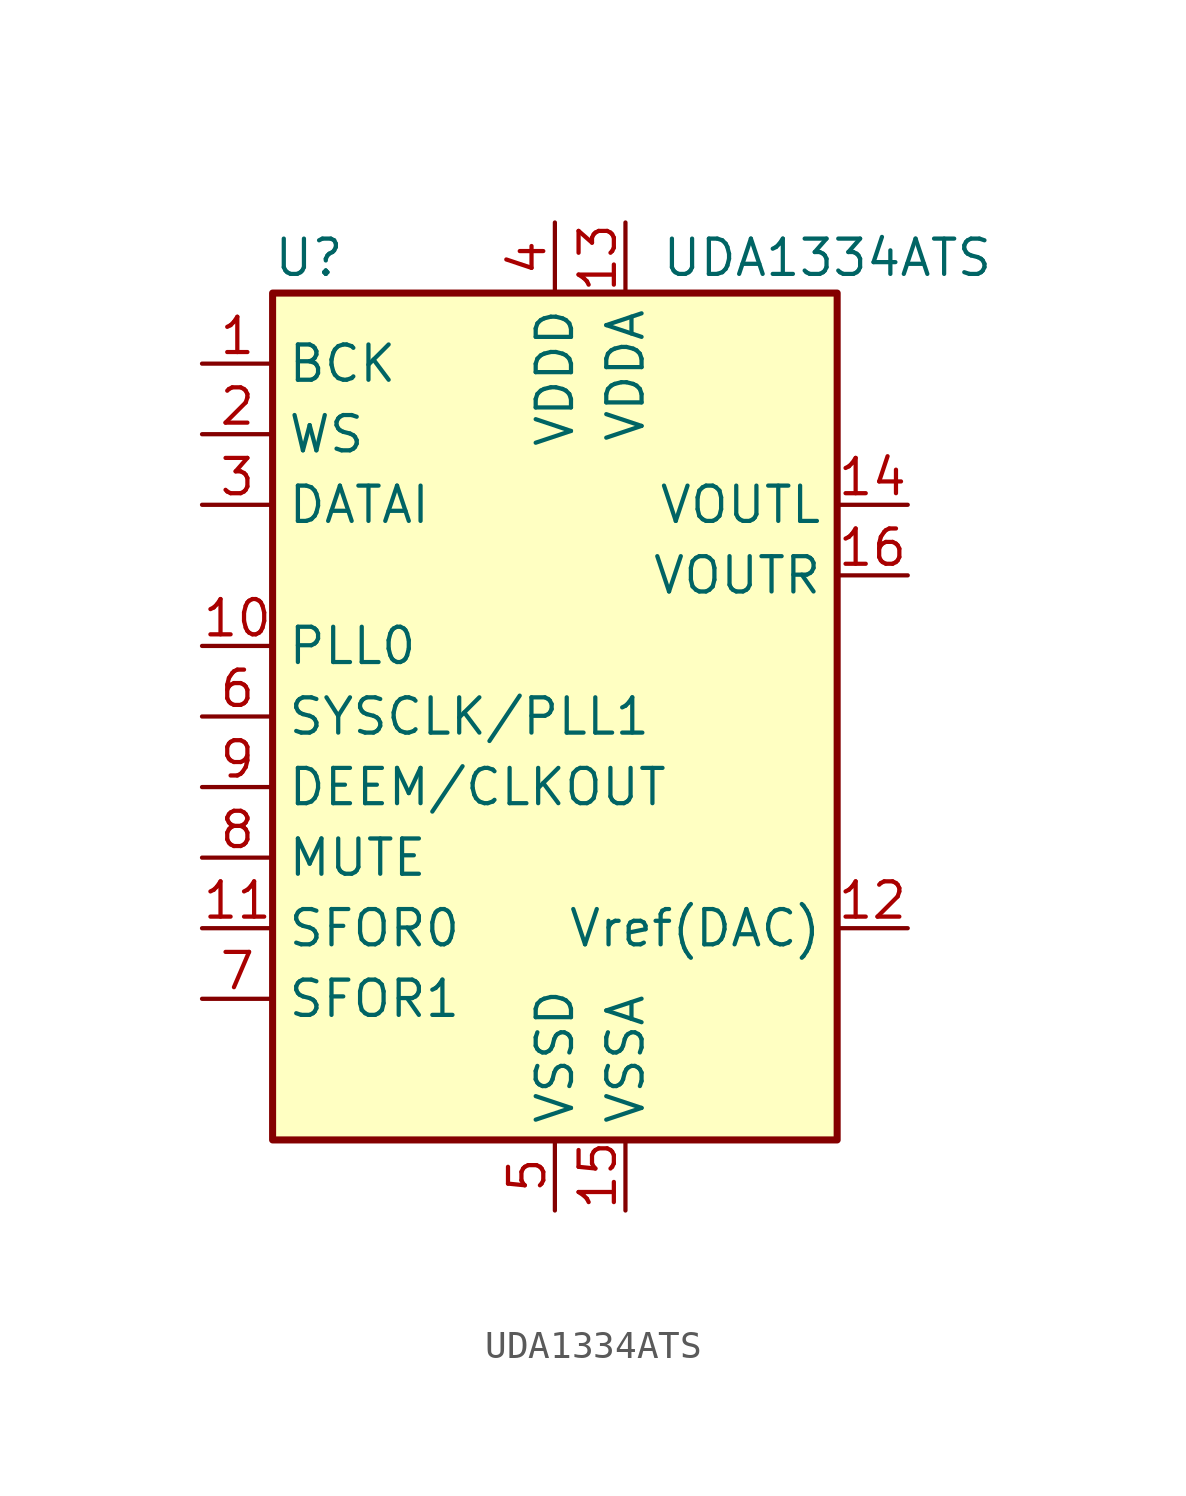
<source format=kicad_sym>
(kicad_symbol_lib
  (version 20241209)
  (generator "kicad_symbol_editor")
  (generator_version "9.0")
  (symbol "UDA1334ATS"
    (property "Reference" "U"
      (at -10.16 16.51 0)
      (effects (font (size 1.27 1.27)) (justify left)))
    (property "Value" "UDA1334ATS"
      (at 3.81 16.51 0)
      (effects (font (size 1.27 1.27)) (justify left)))
    (symbol "UDA1334ATS_0_1"
      (rectangle (start -10.16 15.24) (end 10.16 -15.24) (stroke (width 0.254) (type default)) (fill (type background))))
    (symbol "UDA1334ATS_1_1"
      (pin input line (at -12.7 12.7 0) (length 2.54) (name "BCK" (effects (font (size 1.27 1.27)))) (number "1" (effects (font (size 1.27 1.27)))))
      (pin input line (at -12.7 10.16 0) (length 2.54) (name "WS" (effects (font (size 1.27 1.27)))) (number "2" (effects (font (size 1.27 1.27)))))
      (pin input line (at -12.7 7.62 0) (length 2.54) (name "DATAI" (effects (font (size 1.27 1.27)))) (number "3" (effects (font (size 1.27 1.27)))))
      (pin input line (at -12.7 2.54 0) (length 2.54) (name "PLL0" (effects (font (size 1.27 1.27)))) (number "10" (effects (font (size 1.27 1.27)))))
      (pin input line (at -12.7 0 0) (length 2.54) (name "SYSCLK/PLL1" (effects (font (size 1.27 1.27)))) (number "6" (effects (font (size 1.27 1.27)))))
      (pin bidirectional line (at -12.7 -2.54 0) (length 2.54) (name "DEEM/CLKOUT" (effects (font (size 1.27 1.27)))) (number "9" (effects (font (size 1.27 1.27)))))
      (pin input line (at -12.7 -5.08 0) (length 2.54) (name "MUTE" (effects (font (size 1.27 1.27)))) (number "8" (effects (font (size 1.27 1.27)))))
      (pin input line (at -12.7 -7.62 0) (length 2.54) (name "SFOR0" (effects (font (size 1.27 1.27)))) (number "11" (effects (font (size 1.27 1.27)))))
      (pin input line (at -12.7 -10.16 0) (length 2.54) (name "SFOR1" (effects (font (size 1.27 1.27)))) (number "7" (effects (font (size 1.27 1.27)))))
      (pin power_in line (at 0 17.78 270) (length 2.54) (name "VDDD" (effects (font (size 1.27 1.27)))) (number "4" (effects (font (size 1.27 1.27)))))
      (pin power_in line (at 0 -17.78 90) (length 2.54) (name "VSSD" (effects (font (size 1.27 1.27)))) (number "5" (effects (font (size 1.27 1.27)))))
      (pin power_in line (at 2.54 17.78 270) (length 2.54) (name "VDDA" (effects (font (size 1.27 1.27)))) (number "13" (effects (font (size 1.27 1.27)))))
      (pin power_in line (at 2.54 -17.78 90) (length 2.54) (name "VSSA" (effects (font (size 1.27 1.27)))) (number "15" (effects (font (size 1.27 1.27)))))
      (pin output line (at 12.7 7.62 180) (length 2.54) (name "VOUTL" (effects (font (size 1.27 1.27)))) (number "14" (effects (font (size 1.27 1.27)))))
      (pin output line (at 12.7 5.08 180) (length 2.54) (name "VOUTR" (effects (font (size 1.27 1.27)))) (number "16" (effects (font (size 1.27 1.27)))))
      (pin passive line (at 12.7 -7.62 180) (length 2.54) (name "Vref(DAC)" (effects (font (size 1.27 1.27)))) (number "12" (effects (font (size 1.27 1.27))))))))
</source>
